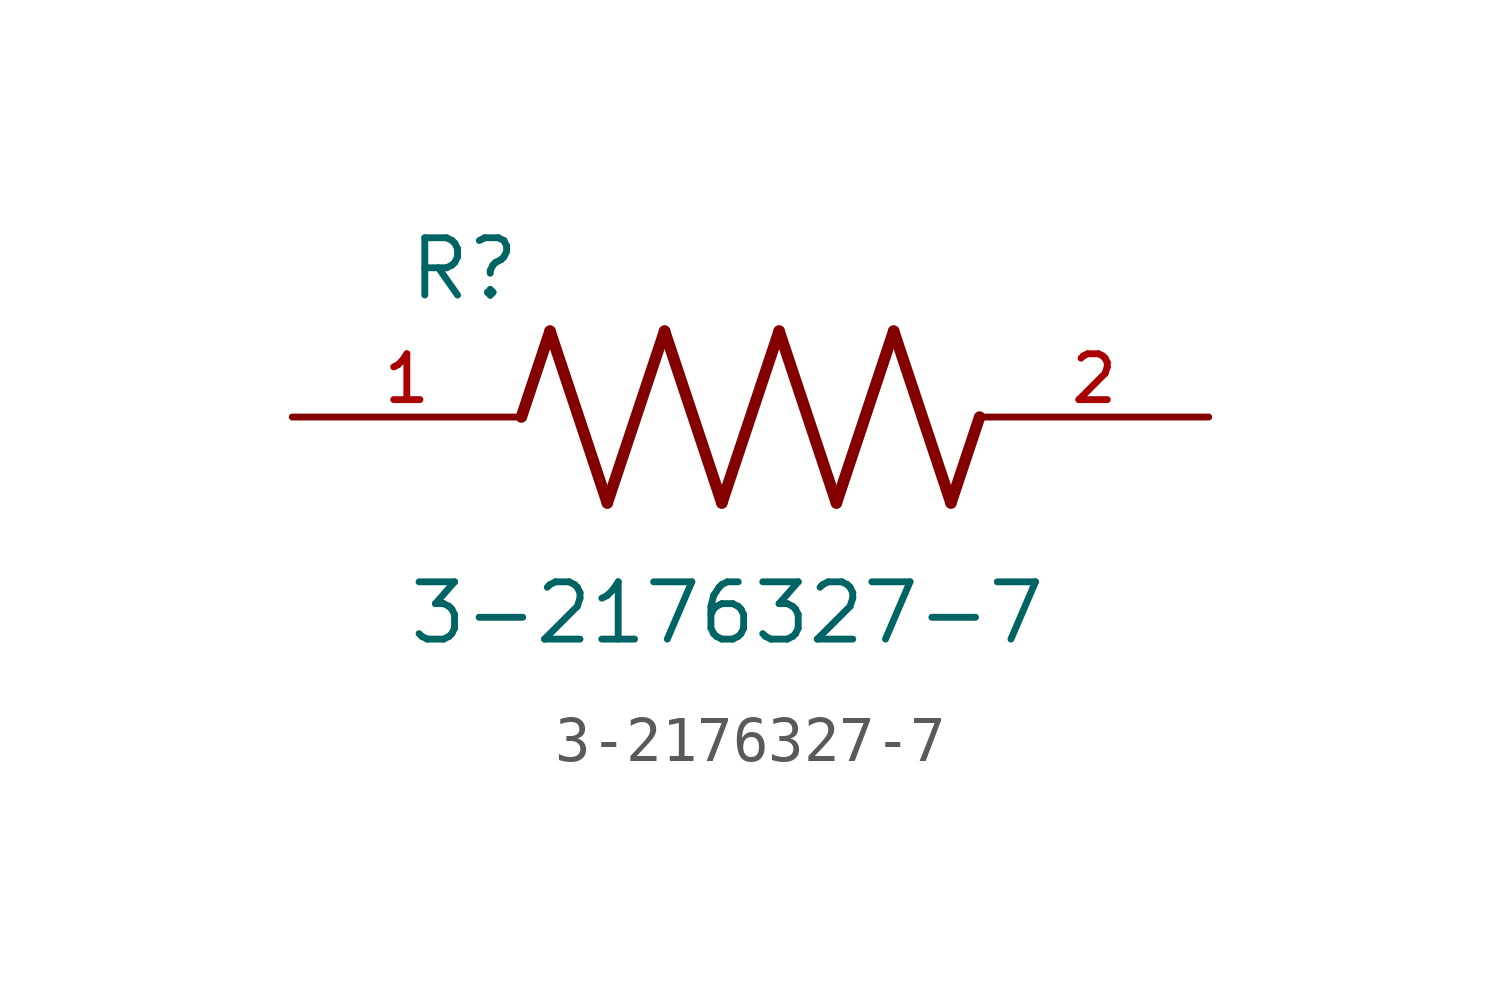
<source format=kicad_sym>
(kicad_symbol_lib
  (version 20211014)
  (generator kicad_symbol_editor)
  (symbol "3-2176327-7"
    (pin_names
      (offset 1.016))
    (property "Reference" "R"
      (at -7.624 2.541 0)
      (effects (font (size 1.27 1.27)) (justify bottom left)))
    (property "Value" "3-2176327-7"
      (at -7.63 -5.087 0)
      (effects (font (size 1.27 1.27)) (justify bottom left)))
    (symbol "3-2176327-7_0_0"
      (polyline (pts (xy -5.08 0.0) (xy -4.445 1.905)) (stroke (width 0.254)))
      (polyline (pts (xy -4.445 1.905) (xy -3.175 -1.905)) (stroke (width 0.254)))
      (polyline (pts (xy -3.175 -1.905) (xy -1.905 1.905)) (stroke (width 0.254)))
      (polyline (pts (xy -1.905 1.905) (xy -0.635 -1.905)) (stroke (width 0.254)))
      (polyline (pts (xy -0.635 -1.905) (xy 0.635 1.905)) (stroke (width 0.254)))
      (polyline (pts (xy 0.635 1.905) (xy 1.905 -1.905)) (stroke (width 0.254)))
      (polyline (pts (xy 1.905 -1.905) (xy 3.175 1.905)) (stroke (width 0.254)))
      (polyline (pts (xy 3.175 1.905) (xy 4.445 -1.905)) (stroke (width 0.254)))
      (polyline (pts (xy 4.445 -1.905) (xy 5.08 0.0)) (stroke (width 0.254)))
      (pin passive line (at -10.16 0.0 0) (length 5.08) (name "~" (effects (font (size 1.016 1.016)))) (number "1" (effects (font (size 1.016 1.016)))))
      (pin passive line (at 10.16 0.0 180.0) (length 5.08) (name "~" (effects (font (size 1.016 1.016)))) (number "2" (effects (font (size 1.016 1.016))))))))
</source>
